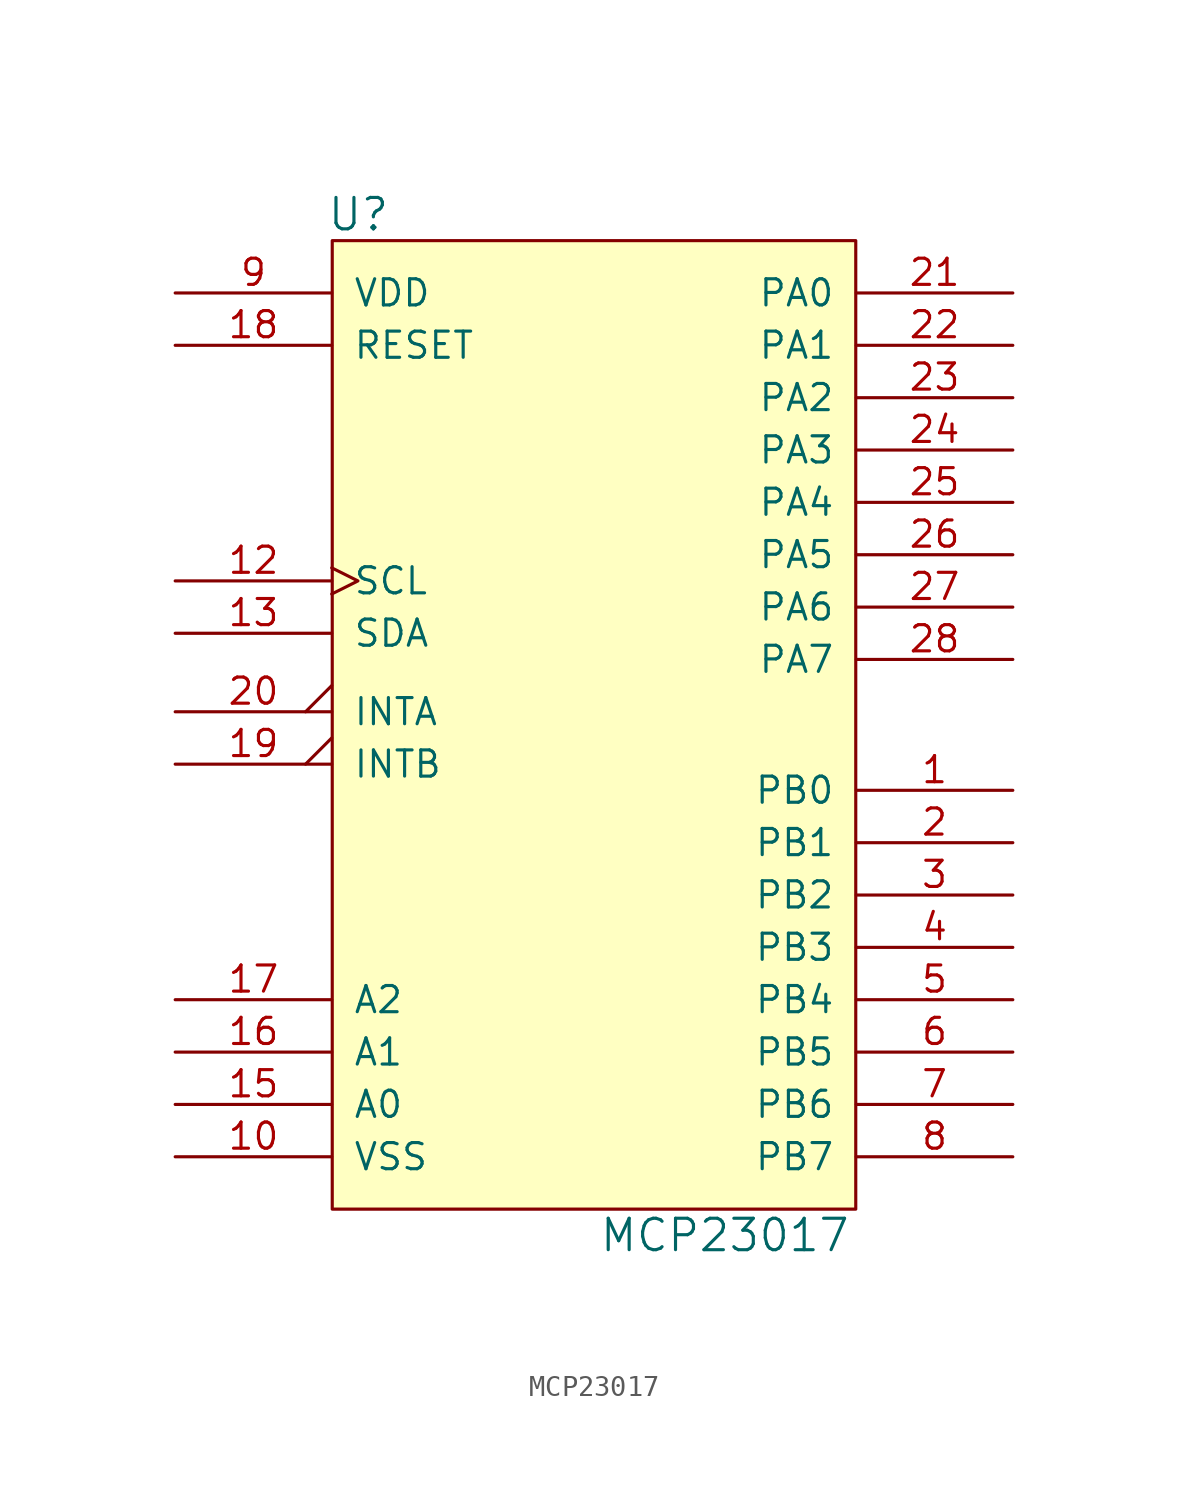
<source format=kicad_sym>
(kicad_symbol_lib
  (version 20211014)
  (generator kicad_symbol_editor)
  (symbol "MCP23017"
    (pin_names
      (offset 1.016))
    (property "Reference" "U"
      (at -12.7 27.94 0)
      (effects (font (size 1.524 1.524))))
    (property "Value" "MCP23017"
      (at 5.08 -21.59 0)
      (effects (font (size 1.524 1.524))))
    (property "Footprint" ""
      (at 11.43 1.27 0)
      (effects (font (size 1.524 1.524))))
    (property "Datasheet" ""
      (at 11.43 1.27 0)
      (effects (font (size 1.524 1.524))))
    (symbol "MCP23017_0_1"
      (rectangle (start -13.97 26.67) (end 11.43 -20.32) (stroke (width 0) (type default) (color 0 0 0 0)) (fill (type background))))
    (symbol "MCP23017_1_1"
      (pin input line (at 19.05 0 180) (length 7.595) (name "PB0" (effects (font (size 1.27 1.27)))) (number "1" (effects (font (size 1.27 1.27)))))
      (pin input line (at -21.59 -17.78 0) (length 7.595) (name "VSS" (effects (font (size 1.27 1.27)))) (number "10" (effects (font (size 1.27 1.27)))))
      (pin input clock (at -21.59 10.16 0) (length 7.595) (name "SCL" (effects (font (size 1.27 1.27)))) (number "12" (effects (font (size 1.27 1.27)))))
      (pin input line (at -21.59 7.62 0) (length 7.595) (name "SDA" (effects (font (size 1.27 1.27)))) (number "13" (effects (font (size 1.27 1.27)))))
      (pin input line (at -21.59 -15.24 0) (length 7.595) (name "A0" (effects (font (size 1.27 1.27)))) (number "15" (effects (font (size 1.27 1.27)))))
      (pin input line (at -21.59 -12.7 0) (length 7.595) (name "A1" (effects (font (size 1.27 1.27)))) (number "16" (effects (font (size 1.27 1.27)))))
      (pin input line (at -21.59 -10.16 0) (length 7.595) (name "A2" (effects (font (size 1.27 1.27)))) (number "17" (effects (font (size 1.27 1.27)))))
      (pin input line (at -21.59 21.59 0) (length 7.595) (name "RESET" (effects (font (size 1.27 1.27)))) (number "18" (effects (font (size 1.27 1.27)))))
      (pin output output_low (at -21.59 1.27 0) (length 7.595) (name "INTB" (effects (font (size 1.27 1.27)))) (number "19" (effects (font (size 1.27 1.27)))))
      (pin input line (at 19.05 -2.54 180) (length 7.595) (name "PB1" (effects (font (size 1.27 1.27)))) (number "2" (effects (font (size 1.27 1.27)))))
      (pin output output_low (at -21.59 3.81 0) (length 7.595) (name "INTA" (effects (font (size 1.27 1.27)))) (number "20" (effects (font (size 1.27 1.27)))))
      (pin input line (at 19.05 24.13 180) (length 7.595) (name "PA0" (effects (font (size 1.27 1.27)))) (number "21" (effects (font (size 1.27 1.27)))))
      (pin input line (at 19.05 21.59 180) (length 7.595) (name "PA1" (effects (font (size 1.27 1.27)))) (number "22" (effects (font (size 1.27 1.27)))))
      (pin input line (at 19.05 19.05 180) (length 7.595) (name "PA2" (effects (font (size 1.27 1.27)))) (number "23" (effects (font (size 1.27 1.27)))))
      (pin input line (at 19.05 16.51 180) (length 7.595) (name "PA3" (effects (font (size 1.27 1.27)))) (number "24" (effects (font (size 1.27 1.27)))))
      (pin input line (at 19.05 13.97 180) (length 7.595) (name "PA4" (effects (font (size 1.27 1.27)))) (number "25" (effects (font (size 1.27 1.27)))))
      (pin input line (at 19.05 11.43 180) (length 7.595) (name "PA5" (effects (font (size 1.27 1.27)))) (number "26" (effects (font (size 1.27 1.27)))))
      (pin input line (at 19.05 8.89 180) (length 7.595) (name "PA6" (effects (font (size 1.27 1.27)))) (number "27" (effects (font (size 1.27 1.27)))))
      (pin input line (at 19.05 6.35 180) (length 7.595) (name "PA7" (effects (font (size 1.27 1.27)))) (number "28" (effects (font (size 1.27 1.27)))))
      (pin input line (at 19.05 -5.08 180) (length 7.595) (name "PB2" (effects (font (size 1.27 1.27)))) (number "3" (effects (font (size 1.27 1.27)))))
      (pin input line (at 19.05 -7.62 180) (length 7.595) (name "PB3" (effects (font (size 1.27 1.27)))) (number "4" (effects (font (size 1.27 1.27)))))
      (pin input line (at 19.05 -10.16 180) (length 7.595) (name "PB4" (effects (font (size 1.27 1.27)))) (number "5" (effects (font (size 1.27 1.27)))))
      (pin input line (at 19.05 -12.7 180) (length 7.595) (name "PB5" (effects (font (size 1.27 1.27)))) (number "6" (effects (font (size 1.27 1.27)))))
      (pin input line (at 19.05 -15.24 180) (length 7.595) (name "PB6" (effects (font (size 1.27 1.27)))) (number "7" (effects (font (size 1.27 1.27)))))
      (pin input line (at 19.05 -17.78 180) (length 7.595) (name "PB7" (effects (font (size 1.27 1.27)))) (number "8" (effects (font (size 1.27 1.27)))))
      (pin input line (at -21.59 24.13 0) (length 7.595) (name "VDD" (effects (font (size 1.27 1.27)))) (number "9" (effects (font (size 1.27 1.27))))))))
</source>
